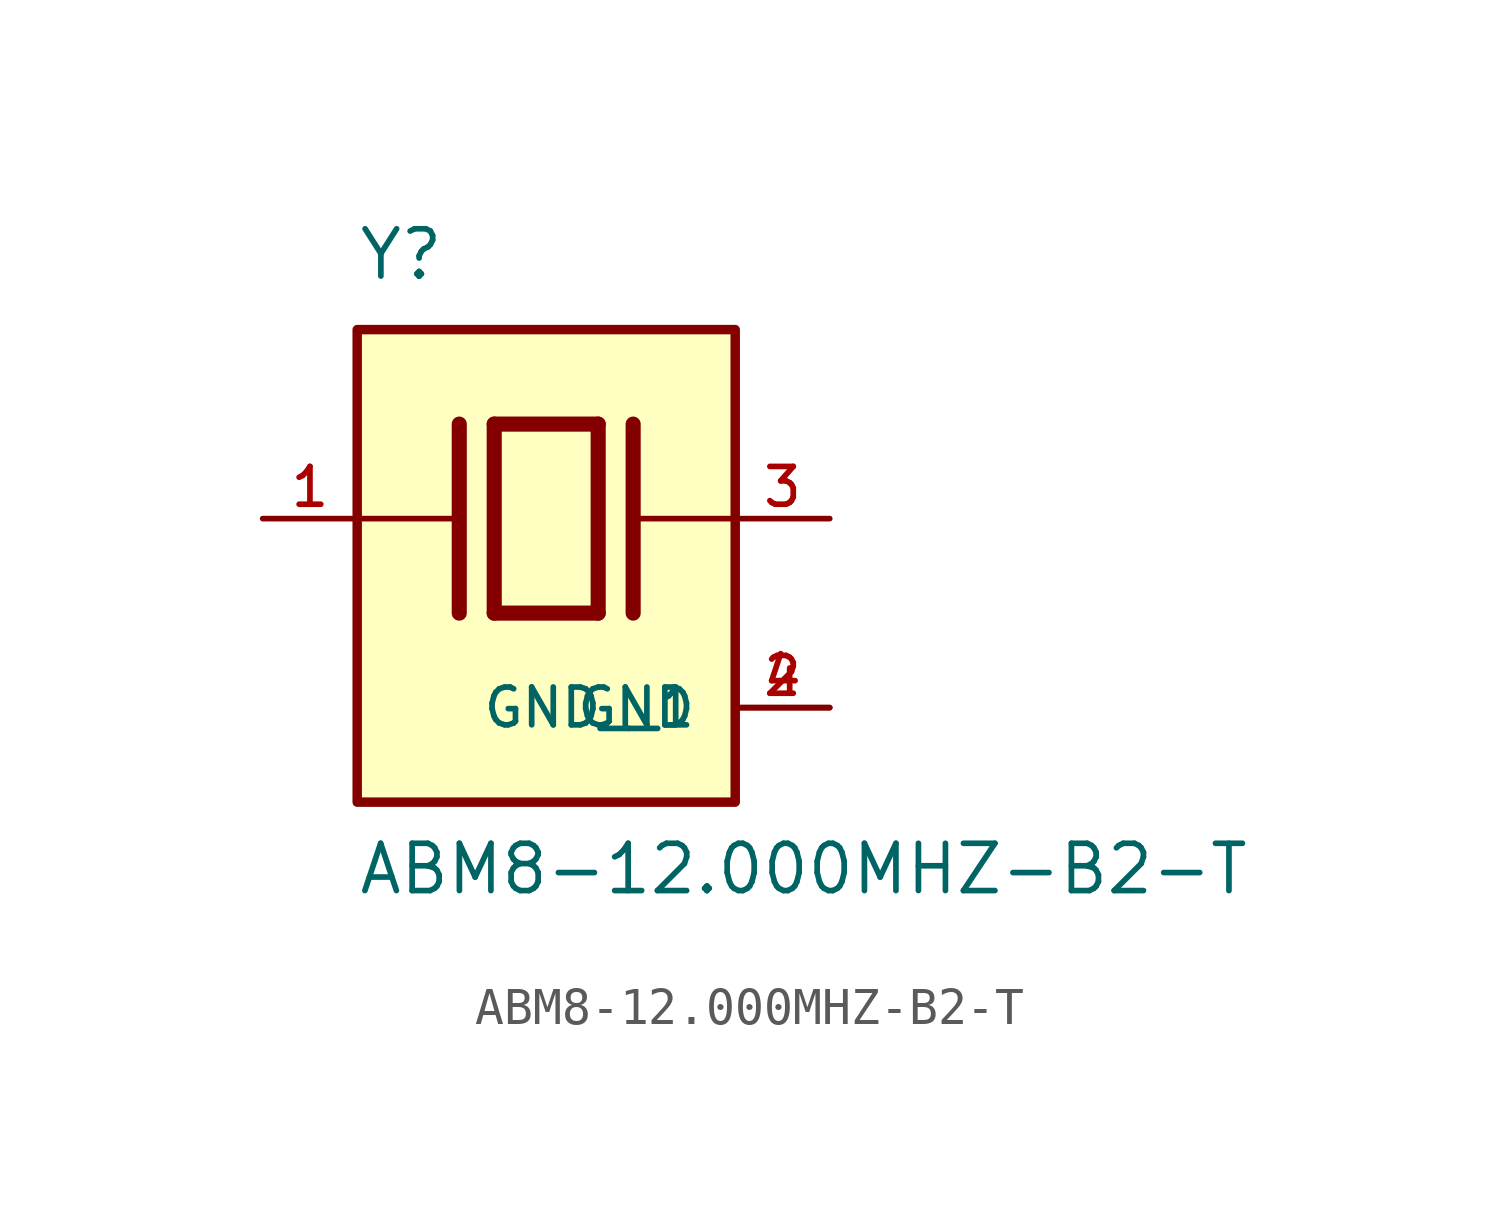
<source format=kicad_sym>
(kicad_symbol_lib
  (version 20211014)
  (generator kicad_symbol_editor)
  (symbol "ABM8-12.000MHZ-B2-T"
    (pin_names
      (offset 1.016))
    (property "Reference" "Y"
      (at -5.088 6.356 0)
      (effects (font (size 1.27 1.27)) (justify bottom left)))
    (property "Value" "ABM8-12.000MHZ-B2-T"
      (at -5.094 -10.16 0)
      (effects (font (size 1.27 1.27)) (justify bottom left)))
    (symbol "ABM8-12.000MHZ-B2-T_0_0"
      (polyline (pts (xy -1.397 2.54) (xy 1.397 2.54)) (stroke (width 0.406)))
      (polyline (pts (xy 1.397 2.54) (xy 1.397 -2.54)) (stroke (width 0.406)))
      (polyline (pts (xy 1.397 -2.54) (xy -1.397 -2.54)) (stroke (width 0.406)))
      (polyline (pts (xy -1.397 2.54) (xy -1.397 -2.54)) (stroke (width 0.406)))
      (polyline (pts (xy 2.337 2.54) (xy 2.337 -2.54)) (stroke (width 0.406)))
      (polyline (pts (xy -2.337 2.54) (xy -2.337 -2.54)) (stroke (width 0.406)))
      (polyline (pts (xy -5.08 0.0) (xy -2.54 0.0)) (stroke (width 0.152)))
      (polyline (pts (xy 2.54 0.0) (xy 5.08 0.0)) (stroke (width 0.152)))
      (rectangle (start -5.08 -7.62) (end 5.08 5.08) (stroke (width 0.254)) (fill (type background)))
      (pin passive line (at 7.62 0.0 180.0) (length 2.54) (name "~" (effects (font (size 1.016 1.016)))) (number "3" (effects (font (size 1.016 1.016)))))
      (pin passive line (at -7.62 0.0 0) (length 2.54) (name "~" (effects (font (size 1.016 1.016)))) (number "1" (effects (font (size 1.016 1.016)))))
      (pin power_in line (at 7.62 -5.08 180.0) (length 2.54) (name "GND" (effects (font (size 1.016 1.016)))) (number "2" (effects (font (size 1.016 1.016)))))
      (pin power_in line (at 7.62 -5.08 180.0) (length 2.54) (name "GND__1" (effects (font (size 1.016 1.016)))) (number "4" (effects (font (size 1.016 1.016))))))))
</source>
